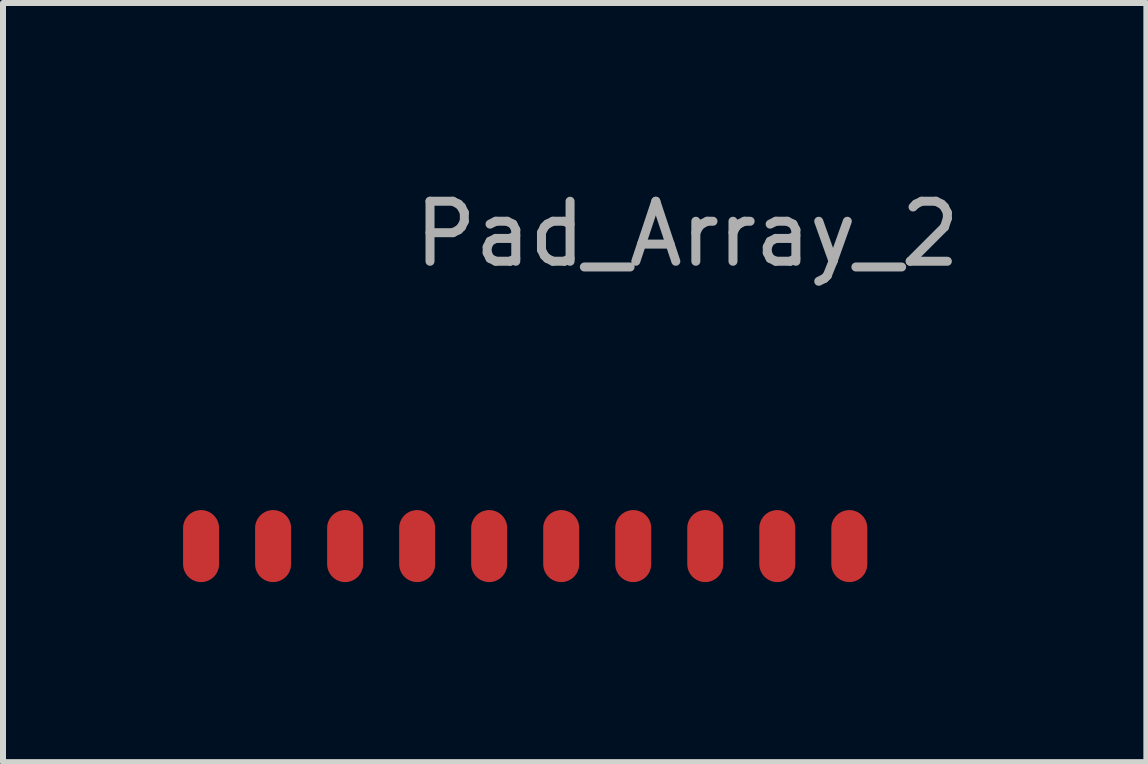
<source format=kicad_pcb>
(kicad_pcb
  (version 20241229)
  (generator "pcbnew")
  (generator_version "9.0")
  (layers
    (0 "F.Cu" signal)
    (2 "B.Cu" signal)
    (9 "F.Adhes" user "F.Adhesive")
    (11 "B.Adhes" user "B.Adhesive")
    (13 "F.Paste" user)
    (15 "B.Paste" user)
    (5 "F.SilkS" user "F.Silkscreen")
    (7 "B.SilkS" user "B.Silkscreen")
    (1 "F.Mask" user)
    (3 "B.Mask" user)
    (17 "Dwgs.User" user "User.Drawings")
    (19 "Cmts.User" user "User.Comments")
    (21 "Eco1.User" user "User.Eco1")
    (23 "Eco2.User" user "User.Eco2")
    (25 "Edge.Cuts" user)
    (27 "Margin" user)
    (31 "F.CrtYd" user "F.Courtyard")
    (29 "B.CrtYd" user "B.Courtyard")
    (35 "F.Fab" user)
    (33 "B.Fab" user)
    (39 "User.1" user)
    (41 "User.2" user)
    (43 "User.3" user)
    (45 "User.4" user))
  (footprint "Pad_Array_2"
    (layer "F.Cu")
    (at 5.7 6.048)
    (property "Reference" "Pad_Array_2" (at 2.7 -5.2 0) (layer "F.Fab") (effects (font (size 1 1) (thickness 0.15))))
    (attr through_hole)
    (pad "1" smd oval (at -5.4 0 90) (size 1.2 0.6) (layers "F.Cu" "F.Mask" "F.Paste"))
    (pad "2" smd oval (at -4.2 0 90) (size 1.2 0.6) (layers "F.Cu" "F.Mask" "F.Paste"))
    (pad "3" smd oval (at -3 0 90) (size 1.2 0.6) (layers "F.Cu" "F.Mask" "F.Paste"))
    (pad "4" smd oval (at -1.8 0 90) (size 1.2 0.6) (layers "F.Cu" "F.Mask" "F.Paste"))
    (pad "5" smd oval (at -0.6 0 90) (size 1.2 0.6) (layers "F.Cu" "F.Mask" "F.Paste"))
    (pad "6" smd oval (at 0.6 0 90) (size 1.2 0.6) (layers "F.Cu" "F.Mask" "F.Paste"))
    (pad "7" smd oval (at 1.8 0 90) (size 1.2 0.6) (layers "F.Cu" "F.Mask" "F.Paste"))
    (pad "8" smd oval (at 3 0 90) (size 1.2 0.6) (layers "F.Cu" "F.Mask" "F.Paste"))
    (pad "9" smd oval (at 4.2 0 90) (size 1.2 0.6) (layers "F.Cu" "F.Mask" "F.Paste"))
    (pad "10" smd oval (at 5.4 0 90) (size 1.2 0.6) (layers "F.Cu" "F.Mask" "F.Paste")))
  (gr_rect
    (start -3 -3)
    (end 16.049 9.648)
    (stroke (width 0.1) (type default))
    (fill no)
    (layer "Edge.Cuts")))
</source>
